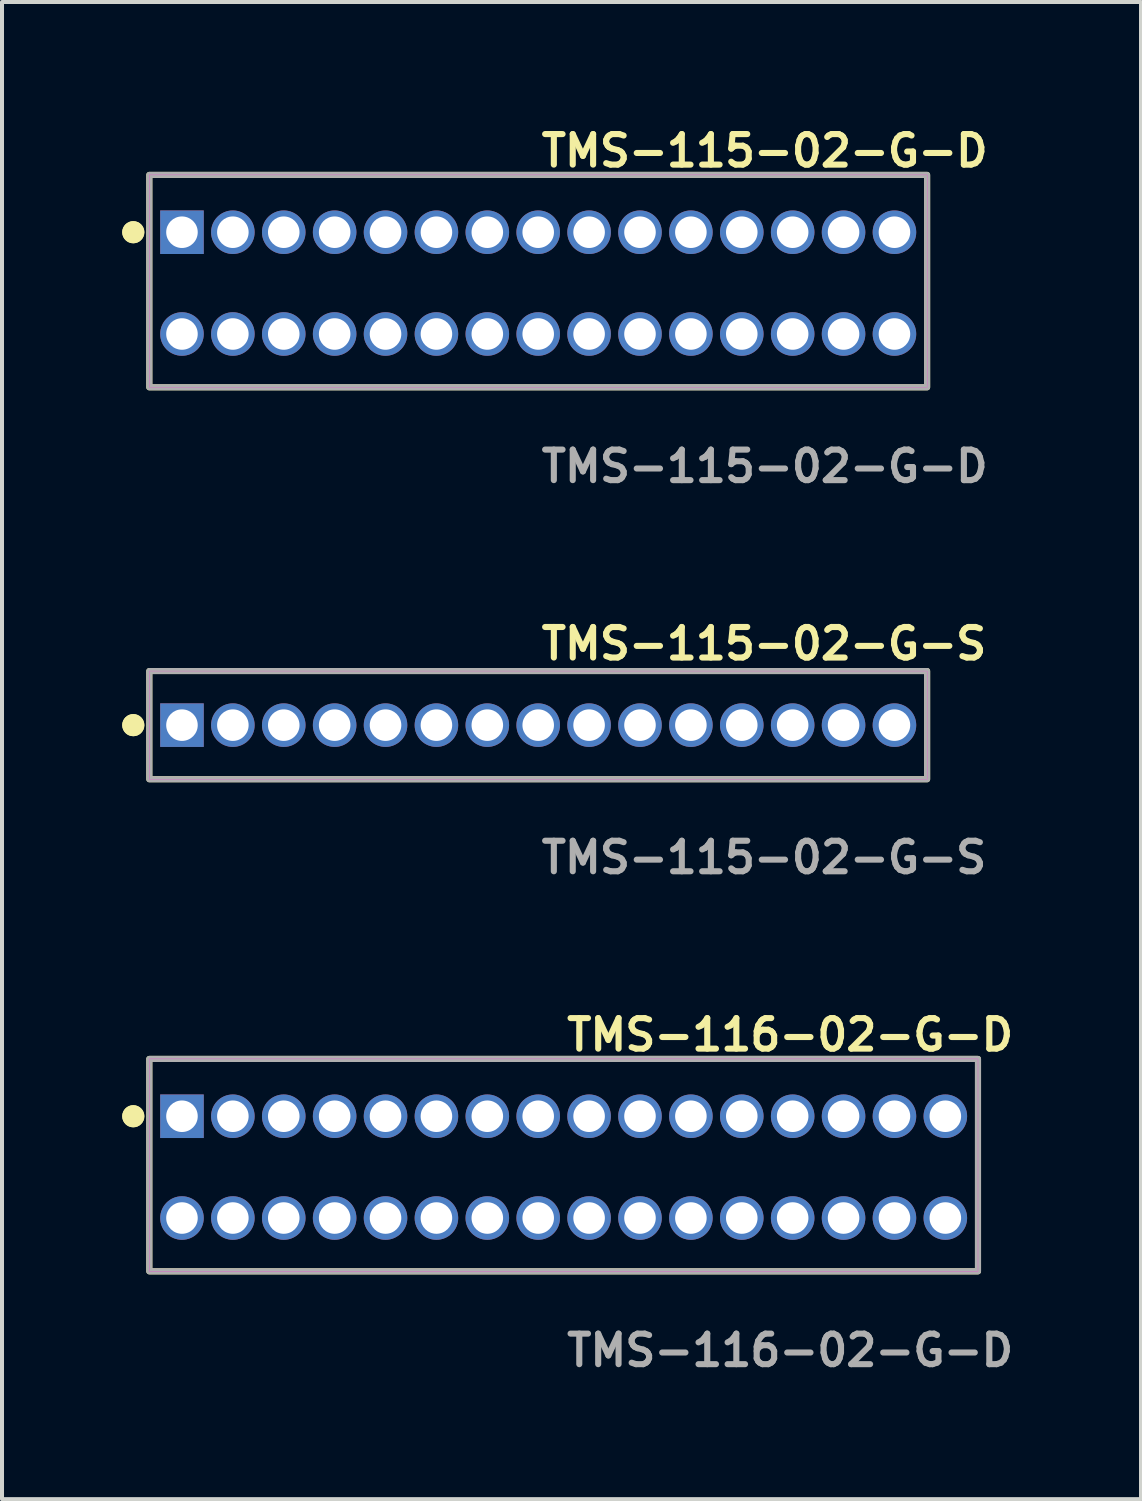
<source format=kicad_pcb>
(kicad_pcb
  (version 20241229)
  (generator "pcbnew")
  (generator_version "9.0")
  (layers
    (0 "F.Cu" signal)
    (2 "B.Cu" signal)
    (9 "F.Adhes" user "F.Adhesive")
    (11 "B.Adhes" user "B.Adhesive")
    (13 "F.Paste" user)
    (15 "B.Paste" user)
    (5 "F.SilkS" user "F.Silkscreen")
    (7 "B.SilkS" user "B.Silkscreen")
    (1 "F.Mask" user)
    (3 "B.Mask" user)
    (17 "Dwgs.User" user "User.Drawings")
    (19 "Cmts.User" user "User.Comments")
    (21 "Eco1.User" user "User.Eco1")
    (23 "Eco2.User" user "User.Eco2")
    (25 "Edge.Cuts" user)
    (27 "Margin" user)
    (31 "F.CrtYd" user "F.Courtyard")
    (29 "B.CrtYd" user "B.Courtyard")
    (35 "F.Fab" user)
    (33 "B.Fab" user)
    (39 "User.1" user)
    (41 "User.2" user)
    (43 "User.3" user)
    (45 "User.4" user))
  (footprint "TMS-115-02-G-S"
    (layer "F.Cu")
    (at 10.381 15.046)
    (property "Reference" "TMS-115-02-G-S" (at 0 -2.032 0) (unlocked yes) (layer "F.SilkS") (effects (font (size 0.762 0.762) (thickness 0.152)) (justify left)))
    (fp_rect (start -9.705 1.35) (end 9.705 -1.35) (stroke (width 0.152) (type solid)) (fill no) (layer "F.SilkS"))
    (fp_circle (center -10.105 0) (end -10.305 0) (stroke (width 0.152) (type solid)) (fill yes) (layer "F.SilkS"))
    (fp_circle (center -10.105 0) (end -10.305 0) (stroke (width 0.152) (type solid)) (fill yes) (layer "F.SilkS"))
    (fp_rect (start -9.705 1.35) (end 9.705 -1.35) (stroke (width 0.006) (type solid)) (fill no) (layer "F.CrtYd"))
    (fp_rect (start -9.705 1.35) (end 9.705 -1.35) (stroke (width 0.152) (type solid)) (fill no) (layer "F.Fab"))
    (fp_text user "${REFERENCE}" (at 0 3.302 0) (unlocked yes) (layer "F.Fab") (effects (font (size 0.762 0.762) (thickness 0.152)) (justify left)))
    (pad "1" thru_hole rect (at -8.89 0) (size 1.087 1.087) (drill 0.787) (layers "*.Cu" "*.Mask"))
    (pad "2" thru_hole circle (at -7.62 0) (size 1.087 1.087) (drill 0.787) (layers "*.Cu" "*.Mask"))
    (pad "3" thru_hole circle (at -6.35 0) (size 1.087 1.087) (drill 0.787) (layers "*.Cu" "*.Mask"))
    (pad "4" thru_hole circle (at -5.08 0) (size 1.087 1.087) (drill 0.787) (layers "*.Cu" "*.Mask"))
    (pad "5" thru_hole circle (at -3.81 0) (size 1.087 1.087) (drill 0.787) (layers "*.Cu" "*.Mask"))
    (pad "6" thru_hole circle (at -2.54 0) (size 1.087 1.087) (drill 0.787) (layers "*.Cu" "*.Mask"))
    (pad "7" thru_hole circle (at -1.27 0) (size 1.087 1.087) (drill 0.787) (layers "*.Cu" "*.Mask"))
    (pad "8" thru_hole circle (at 0 0) (size 1.087 1.087) (drill 0.787) (layers "*.Cu" "*.Mask"))
    (pad "9" thru_hole circle (at 1.27 0) (size 1.087 1.087) (drill 0.787) (layers "*.Cu" "*.Mask"))
    (pad "10" thru_hole circle (at 2.54 0) (size 1.087 1.087) (drill 0.787) (layers "*.Cu" "*.Mask"))
    (pad "11" thru_hole circle (at 3.81 0) (size 1.087 1.087) (drill 0.787) (layers "*.Cu" "*.Mask"))
    (pad "12" thru_hole circle (at 5.08 0) (size 1.087 1.087) (drill 0.787) (layers "*.Cu" "*.Mask"))
    (pad "13" thru_hole circle (at 6.35 0) (size 1.087 1.087) (drill 0.787) (layers "*.Cu" "*.Mask"))
    (pad "14" thru_hole circle (at 7.62 0) (size 1.087 1.087) (drill 0.787) (layers "*.Cu" "*.Mask"))
    (pad "15" thru_hole circle (at 8.89 0) (size 1.087 1.087) (drill 0.787) (layers "*.Cu" "*.Mask")))
  (footprint "TMS-115-02-G-D"
    (layer "F.Cu")
    (at 10.381 4.015)
    (property "Reference" "TMS-115-02-G-D" (at 0 -3.302 0) (unlocked yes) (layer "F.SilkS") (effects (font (size 0.762 0.762) (thickness 0.152)) (justify left)))
    (fp_rect (start -9.705 2.6) (end 9.705 -2.7) (stroke (width 0.152) (type solid)) (fill no) (layer "F.SilkS"))
    (fp_circle (center -10.105 -1.27) (end -10.305 -1.27) (stroke (width 0.152) (type solid)) (fill yes) (layer "F.SilkS"))
    (fp_circle (center -10.105 -1.27) (end -10.305 -1.27) (stroke (width 0.152) (type solid)) (fill yes) (layer "F.SilkS"))
    (fp_rect (start -9.705 2.6) (end 9.705 -2.7) (stroke (width 0.006) (type solid)) (fill no) (layer "F.CrtYd"))
    (fp_rect (start -9.705 2.6) (end 9.705 -2.7) (stroke (width 0.152) (type solid)) (fill no) (layer "F.Fab"))
    (fp_text user "${REFERENCE}" (at 0 4.572 0) (unlocked yes) (layer "F.Fab") (effects (font (size 0.762 0.762) (thickness 0.152)) (justify left)))
    (pad "1" thru_hole rect (at -8.89 -1.27) (size 1.087 1.087) (drill 0.787) (layers "*.Cu" "*.Mask"))
    (pad "2" thru_hole circle (at -8.89 1.27) (size 1.087 1.087) (drill 0.787) (layers "*.Cu" "*.Mask"))
    (pad "3" thru_hole circle (at -7.62 -1.27) (size 1.087 1.087) (drill 0.787) (layers "*.Cu" "*.Mask"))
    (pad "4" thru_hole circle (at -7.62 1.27) (size 1.087 1.087) (drill 0.787) (layers "*.Cu" "*.Mask"))
    (pad "5" thru_hole circle (at -6.35 -1.27) (size 1.087 1.087) (drill 0.787) (layers "*.Cu" "*.Mask"))
    (pad "6" thru_hole circle (at -6.35 1.27) (size 1.087 1.087) (drill 0.787) (layers "*.Cu" "*.Mask"))
    (pad "7" thru_hole circle (at -5.08 -1.27) (size 1.087 1.087) (drill 0.787) (layers "*.Cu" "*.Mask"))
    (pad "8" thru_hole circle (at -5.08 1.27) (size 1.087 1.087) (drill 0.787) (layers "*.Cu" "*.Mask"))
    (pad "9" thru_hole circle (at -3.81 -1.27) (size 1.087 1.087) (drill 0.787) (layers "*.Cu" "*.Mask"))
    (pad "10" thru_hole circle (at -3.81 1.27) (size 1.087 1.087) (drill 0.787) (layers "*.Cu" "*.Mask"))
    (pad "11" thru_hole circle (at -2.54 -1.27) (size 1.087 1.087) (drill 0.787) (layers "*.Cu" "*.Mask"))
    (pad "12" thru_hole circle (at -2.54 1.27) (size 1.087 1.087) (drill 0.787) (layers "*.Cu" "*.Mask"))
    (pad "13" thru_hole circle (at -1.27 -1.27) (size 1.087 1.087) (drill 0.787) (layers "*.Cu" "*.Mask"))
    (pad "14" thru_hole circle (at -1.27 1.27) (size 1.087 1.087) (drill 0.787) (layers "*.Cu" "*.Mask"))
    (pad "15" thru_hole circle (at 0 -1.27) (size 1.087 1.087) (drill 0.787) (layers "*.Cu" "*.Mask"))
    (pad "16" thru_hole circle (at 0 1.27) (size 1.087 1.087) (drill 0.787) (layers "*.Cu" "*.Mask"))
    (pad "17" thru_hole circle (at 1.27 -1.27) (size 1.087 1.087) (drill 0.787) (layers "*.Cu" "*.Mask"))
    (pad "18" thru_hole circle (at 1.27 1.27) (size 1.087 1.087) (drill 0.787) (layers "*.Cu" "*.Mask"))
    (pad "19" thru_hole circle (at 2.54 -1.27) (size 1.087 1.087) (drill 0.787) (layers "*.Cu" "*.Mask"))
    (pad "20" thru_hole circle (at 2.54 1.27) (size 1.087 1.087) (drill 0.787) (layers "*.Cu" "*.Mask"))
    (pad "21" thru_hole circle (at 3.81 -1.27) (size 1.087 1.087) (drill 0.787) (layers "*.Cu" "*.Mask"))
    (pad "22" thru_hole circle (at 3.81 1.27) (size 1.087 1.087) (drill 0.787) (layers "*.Cu" "*.Mask"))
    (pad "23" thru_hole circle (at 5.08 -1.27) (size 1.087 1.087) (drill 0.787) (layers "*.Cu" "*.Mask"))
    (pad "24" thru_hole circle (at 5.08 1.27) (size 1.087 1.087) (drill 0.787) (layers "*.Cu" "*.Mask"))
    (pad "25" thru_hole circle (at 6.35 -1.27) (size 1.087 1.087) (drill 0.787) (layers "*.Cu" "*.Mask"))
    (pad "26" thru_hole circle (at 6.35 1.27) (size 1.087 1.087) (drill 0.787) (layers "*.Cu" "*.Mask"))
    (pad "27" thru_hole circle (at 7.62 -1.27) (size 1.087 1.087) (drill 0.787) (layers "*.Cu" "*.Mask"))
    (pad "28" thru_hole circle (at 7.62 1.27) (size 1.087 1.087) (drill 0.787) (layers "*.Cu" "*.Mask"))
    (pad "29" thru_hole circle (at 8.89 -1.27) (size 1.087 1.087) (drill 0.787) (layers "*.Cu" "*.Mask"))
    (pad "30" thru_hole circle (at 8.89 1.27) (size 1.087 1.087) (drill 0.787) (layers "*.Cu" "*.Mask")))
  (footprint "TMS-116-02-G-D"
    (layer "F.Cu")
    (at 11.016 26.076)
    (property "Reference" "TMS-116-02-G-D" (at 0 -3.302 0) (unlocked yes) (layer "F.SilkS") (effects (font (size 0.762 0.762) (thickness 0.152)) (justify left)))
    (fp_rect (start -10.34 2.6) (end 10.34 -2.7) (stroke (width 0.152) (type solid)) (fill no) (layer "F.SilkS"))
    (fp_circle (center -10.74 -1.27) (end -10.94 -1.27) (stroke (width 0.152) (type solid)) (fill yes) (layer "F.SilkS"))
    (fp_circle (center -10.74 -1.27) (end -10.94 -1.27) (stroke (width 0.152) (type solid)) (fill yes) (layer "F.SilkS"))
    (fp_rect (start -10.34 2.6) (end 10.34 -2.7) (stroke (width 0.006) (type solid)) (fill no) (layer "F.CrtYd"))
    (fp_rect (start -10.34 2.6) (end 10.34 -2.7) (stroke (width 0.152) (type solid)) (fill no) (layer "F.Fab"))
    (fp_text user "${REFERENCE}" (at 0 4.572 0) (unlocked yes) (layer "F.Fab") (effects (font (size 0.762 0.762) (thickness 0.152)) (justify left)))
    (pad "1" thru_hole rect (at -9.525 -1.27) (size 1.087 1.087) (drill 0.787) (layers "*.Cu" "*.Mask"))
    (pad "2" thru_hole circle (at -9.525 1.27) (size 1.087 1.087) (drill 0.787) (layers "*.Cu" "*.Mask"))
    (pad "3" thru_hole circle (at -8.255 -1.27) (size 1.087 1.087) (drill 0.787) (layers "*.Cu" "*.Mask"))
    (pad "4" thru_hole circle (at -8.255 1.27) (size 1.087 1.087) (drill 0.787) (layers "*.Cu" "*.Mask"))
    (pad "5" thru_hole circle (at -6.985 -1.27) (size 1.087 1.087) (drill 0.787) (layers "*.Cu" "*.Mask"))
    (pad "6" thru_hole circle (at -6.985 1.27) (size 1.087 1.087) (drill 0.787) (layers "*.Cu" "*.Mask"))
    (pad "7" thru_hole circle (at -5.715 -1.27) (size 1.087 1.087) (drill 0.787) (layers "*.Cu" "*.Mask"))
    (pad "8" thru_hole circle (at -5.715 1.27) (size 1.087 1.087) (drill 0.787) (layers "*.Cu" "*.Mask"))
    (pad "9" thru_hole circle (at -4.445 -1.27) (size 1.087 1.087) (drill 0.787) (layers "*.Cu" "*.Mask"))
    (pad "10" thru_hole circle (at -4.445 1.27) (size 1.087 1.087) (drill 0.787) (layers "*.Cu" "*.Mask"))
    (pad "11" thru_hole circle (at -3.175 -1.27) (size 1.087 1.087) (drill 0.787) (layers "*.Cu" "*.Mask"))
    (pad "12" thru_hole circle (at -3.175 1.27) (size 1.087 1.087) (drill 0.787) (layers "*.Cu" "*.Mask"))
    (pad "13" thru_hole circle (at -1.905 -1.27) (size 1.087 1.087) (drill 0.787) (layers "*.Cu" "*.Mask"))
    (pad "14" thru_hole circle (at -1.905 1.27) (size 1.087 1.087) (drill 0.787) (layers "*.Cu" "*.Mask"))
    (pad "15" thru_hole circle (at -0.635 -1.27) (size 1.087 1.087) (drill 0.787) (layers "*.Cu" "*.Mask"))
    (pad "16" thru_hole circle (at -0.635 1.27) (size 1.087 1.087) (drill 0.787) (layers "*.Cu" "*.Mask"))
    (pad "17" thru_hole circle (at 0.635 -1.27) (size 1.087 1.087) (drill 0.787) (layers "*.Cu" "*.Mask"))
    (pad "18" thru_hole circle (at 0.635 1.27) (size 1.087 1.087) (drill 0.787) (layers "*.Cu" "*.Mask"))
    (pad "19" thru_hole circle (at 1.905 -1.27) (size 1.087 1.087) (drill 0.787) (layers "*.Cu" "*.Mask"))
    (pad "20" thru_hole circle (at 1.905 1.27) (size 1.087 1.087) (drill 0.787) (layers "*.Cu" "*.Mask"))
    (pad "21" thru_hole circle (at 3.175 -1.27) (size 1.087 1.087) (drill 0.787) (layers "*.Cu" "*.Mask"))
    (pad "22" thru_hole circle (at 3.175 1.27) (size 1.087 1.087) (drill 0.787) (layers "*.Cu" "*.Mask"))
    (pad "23" thru_hole circle (at 4.445 -1.27) (size 1.087 1.087) (drill 0.787) (layers "*.Cu" "*.Mask"))
    (pad "24" thru_hole circle (at 4.445 1.27) (size 1.087 1.087) (drill 0.787) (layers "*.Cu" "*.Mask"))
    (pad "25" thru_hole circle (at 5.715 -1.27) (size 1.087 1.087) (drill 0.787) (layers "*.Cu" "*.Mask"))
    (pad "26" thru_hole circle (at 5.715 1.27) (size 1.087 1.087) (drill 0.787) (layers "*.Cu" "*.Mask"))
    (pad "27" thru_hole circle (at 6.985 -1.27) (size 1.087 1.087) (drill 0.787) (layers "*.Cu" "*.Mask"))
    (pad "28" thru_hole circle (at 6.985 1.27) (size 1.087 1.087) (drill 0.787) (layers "*.Cu" "*.Mask"))
    (pad "29" thru_hole circle (at 8.255 -1.27) (size 1.087 1.087) (drill 0.787) (layers "*.Cu" "*.Mask"))
    (pad "30" thru_hole circle (at 8.255 1.27) (size 1.087 1.087) (drill 0.787) (layers "*.Cu" "*.Mask"))
    (pad "31" thru_hole circle (at 9.525 -1.27) (size 1.087 1.087) (drill 0.787) (layers "*.Cu" "*.Mask"))
    (pad "32" thru_hole circle (at 9.525 1.27) (size 1.087 1.087) (drill 0.787) (layers "*.Cu" "*.Mask")))
  (gr_rect
    (start -3 -3)
    (end 25.424 34.361)
    (stroke (width 0.1) (type default))
    (fill no)
    (layer "Edge.Cuts")))
</source>
